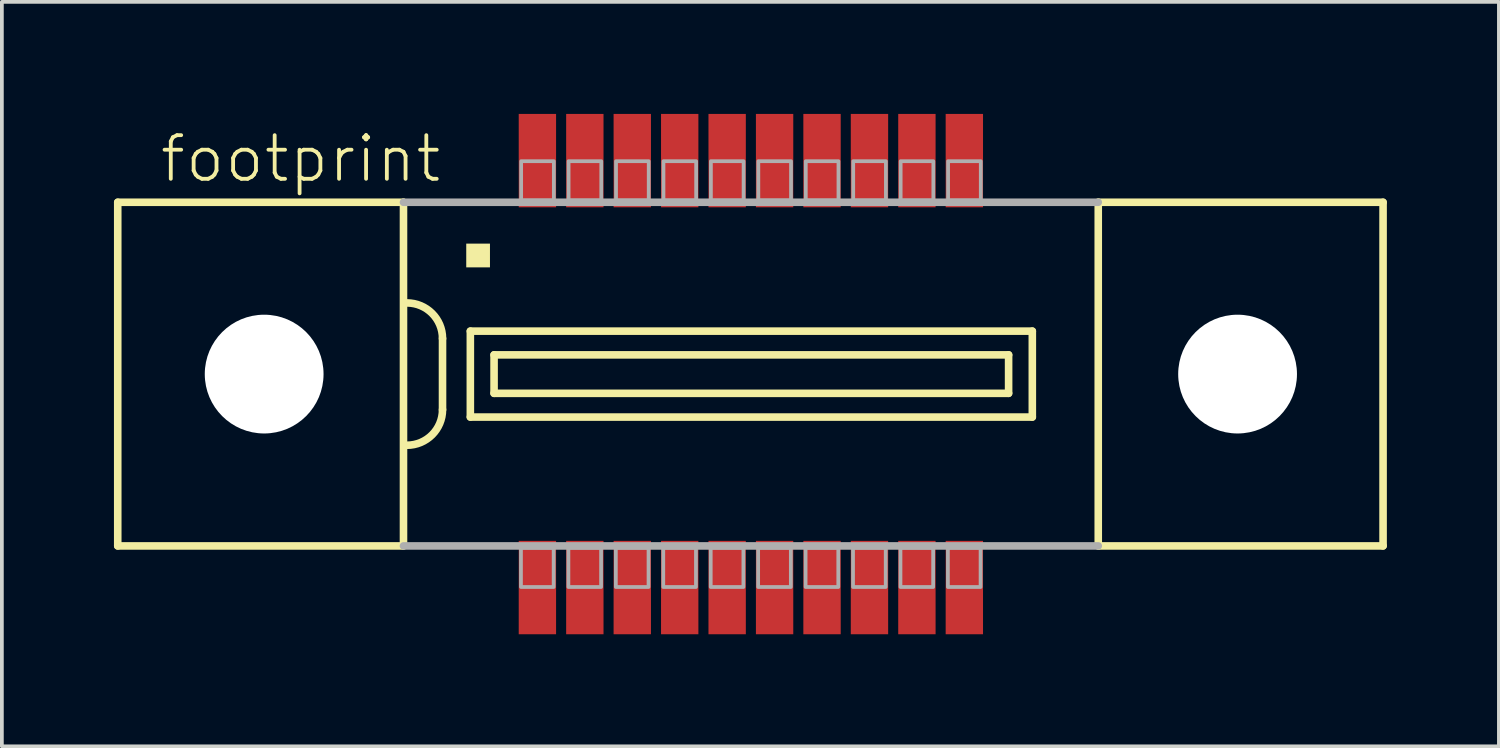
<source format=kicad_pcb>
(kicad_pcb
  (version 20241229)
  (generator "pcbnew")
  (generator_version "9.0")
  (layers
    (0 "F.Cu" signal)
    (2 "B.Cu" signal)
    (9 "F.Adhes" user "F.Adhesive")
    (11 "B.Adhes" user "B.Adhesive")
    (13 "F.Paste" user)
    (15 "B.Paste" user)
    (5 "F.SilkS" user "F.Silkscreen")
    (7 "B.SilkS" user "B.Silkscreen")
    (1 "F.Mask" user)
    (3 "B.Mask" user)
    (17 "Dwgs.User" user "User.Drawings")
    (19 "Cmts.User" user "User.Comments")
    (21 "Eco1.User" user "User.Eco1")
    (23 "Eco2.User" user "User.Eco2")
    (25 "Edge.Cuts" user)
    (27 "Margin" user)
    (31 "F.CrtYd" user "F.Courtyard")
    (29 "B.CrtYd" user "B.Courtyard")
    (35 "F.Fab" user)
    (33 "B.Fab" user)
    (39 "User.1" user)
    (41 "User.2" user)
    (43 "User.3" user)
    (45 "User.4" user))
  (footprint "footprint"
    (layer "F.Cu")
    (at 17.052 6.965)
    (property "Reference" "footprint" (at -15.875 -5.08 0) (layer "F.SilkS") (effects (font (size 1.168 1.168) (thickness 0.102)) (justify left bottom)))
    (fp_line (start -16.95 -4.6) (end -16.95 4.6) (stroke (width 0.203) (type solid)) (layer "F.SilkS"))
    (fp_line (start -16.95 4.6) (end -9.3 4.6) (stroke (width 0.203) (type solid)) (layer "F.SilkS"))
    (fp_line (start -9.3 -4.6) (end -16.95 -4.6) (stroke (width 0.203) (type solid)) (layer "F.SilkS"))
    (fp_line (start -9.3 -4.6) (end -9.3 4.6) (stroke (width 0.203) (type solid)) (layer "F.SilkS"))
    (fp_line (start -8.255 -0.953) (end -8.255 0.953) (stroke (width 0.203) (type solid)) (layer "F.SilkS"))
    (fp_line (start -7.51 -1.15) (end -7.51 1.15) (stroke (width 0.203) (type solid)) (layer "F.SilkS"))
    (fp_line (start -7.51 1.15) (end 7.535 1.15) (stroke (width 0.203) (type solid)) (layer "F.SilkS"))
    (fp_line (start -6.875 -0.515) (end -6.875 0.515) (stroke (width 0.203) (type solid)) (layer "F.SilkS"))
    (fp_line (start -6.875 0.515) (end 6.9 0.515) (stroke (width 0.203) (type solid)) (layer "F.SilkS"))
    (fp_line (start 6.9 -0.515) (end -6.875 -0.515) (stroke (width 0.203) (type solid)) (layer "F.SilkS"))
    (fp_line (start 6.9 0.515) (end 6.9 -0.515) (stroke (width 0.203) (type solid)) (layer "F.SilkS"))
    (fp_line (start 7.535 -1.15) (end -7.51 -1.15) (stroke (width 0.203) (type solid)) (layer "F.SilkS"))
    (fp_line (start 7.535 1.15) (end 7.535 -1.15) (stroke (width 0.203) (type solid)) (layer "F.SilkS"))
    (fp_line (start 9.3 4.6) (end 9.3 -4.6) (stroke (width 0.203) (type solid)) (layer "F.SilkS"))
    (fp_line (start 9.3 4.6) (end 16.925 4.6) (stroke (width 0.203) (type solid)) (layer "F.SilkS"))
    (fp_line (start 16.925 -4.6) (end 9.3 -4.6) (stroke (width 0.203) (type solid)) (layer "F.SilkS"))
    (fp_line (start 16.925 4.6) (end 16.925 -4.6) (stroke (width 0.203) (type solid)) (layer "F.SilkS"))
    (fp_arc (start -9.2075 -1.905) (mid -8.533981 -1.626019) (end -8.255 -0.9525) (stroke (width 0.2032) (type solid)) (layer "F.SilkS"))
    (fp_arc (start -8.255 0.9525) (mid -8.53401 1.625989) (end -9.207499 1.904999) (stroke (width 0.2032) (type solid)) (layer "F.SilkS"))
    (fp_poly (pts (xy -7.62 -2.857) (xy -6.985 -2.857) (xy -6.985 -3.493) (xy -7.62 -3.493)) (stroke (width 0) (type solid)) (fill yes) (layer "F.SilkS"))
    (fp_line (start -9.3 4.6) (end 9.3 4.6) (stroke (width 0.203) (type solid)) (layer "F.Fab"))
    (fp_line (start 9.3 -4.6) (end -9.3 -4.6) (stroke (width 0.203) (type solid)) (layer "F.Fab"))
    (fp_poly (pts (xy -6.15 -4.65) (xy -5.275 -4.65) (xy -5.275 -5.7) (xy -6.15 -5.7)) (stroke (width 0.1) (type solid)) (fill no) (layer "F.Fab"))
    (fp_poly (pts (xy -5.28 4.65) (xy -6.155 4.65) (xy -6.155 5.7) (xy -5.28 5.7)) (stroke (width 0.1) (type solid)) (fill no) (layer "F.Fab"))
    (fp_poly (pts (xy -4.88 -4.65) (xy -4.005 -4.65) (xy -4.005 -5.7) (xy -4.88 -5.7)) (stroke (width 0.1) (type solid)) (fill no) (layer "F.Fab"))
    (fp_poly (pts (xy -4.01 4.65) (xy -4.885 4.65) (xy -4.885 5.7) (xy -4.01 5.7)) (stroke (width 0.1) (type solid)) (fill no) (layer "F.Fab"))
    (fp_poly (pts (xy -3.61 -4.65) (xy -2.735 -4.65) (xy -2.735 -5.7) (xy -3.61 -5.7)) (stroke (width 0.1) (type solid)) (fill no) (layer "F.Fab"))
    (fp_poly (pts (xy -2.74 4.65) (xy -3.615 4.65) (xy -3.615 5.7) (xy -2.74 5.7)) (stroke (width 0.1) (type solid)) (fill no) (layer "F.Fab"))
    (fp_poly (pts (xy -2.34 -4.65) (xy -1.465 -4.65) (xy -1.465 -5.7) (xy -2.34 -5.7)) (stroke (width 0.1) (type solid)) (fill no) (layer "F.Fab"))
    (fp_poly (pts (xy -1.47 4.65) (xy -2.345 4.65) (xy -2.345 5.7) (xy -1.47 5.7)) (stroke (width 0.1) (type solid)) (fill no) (layer "F.Fab"))
    (fp_poly (pts (xy -1.07 -4.65) (xy -0.195 -4.65) (xy -0.195 -5.7) (xy -1.07 -5.7)) (stroke (width 0.1) (type solid)) (fill no) (layer "F.Fab"))
    (fp_poly (pts (xy -0.2 4.65) (xy -1.075 4.65) (xy -1.075 5.7) (xy -0.2 5.7)) (stroke (width 0.1) (type solid)) (fill no) (layer "F.Fab"))
    (fp_poly (pts (xy 0.2 -4.65) (xy 1.075 -4.65) (xy 1.075 -5.7) (xy 0.2 -5.7)) (stroke (width 0.1) (type solid)) (fill no) (layer "F.Fab"))
    (fp_poly (pts (xy 1.07 4.65) (xy 0.195 4.65) (xy 0.195 5.7) (xy 1.07 5.7)) (stroke (width 0.1) (type solid)) (fill no) (layer "F.Fab"))
    (fp_poly (pts (xy 1.47 -4.65) (xy 2.345 -4.65) (xy 2.345 -5.7) (xy 1.47 -5.7)) (stroke (width 0.1) (type solid)) (fill no) (layer "F.Fab"))
    (fp_poly (pts (xy 2.34 4.65) (xy 1.465 4.65) (xy 1.465 5.7) (xy 2.34 5.7)) (stroke (width 0.1) (type solid)) (fill no) (layer "F.Fab"))
    (fp_poly (pts (xy 2.74 -4.65) (xy 3.615 -4.65) (xy 3.615 -5.7) (xy 2.74 -5.7)) (stroke (width 0.1) (type solid)) (fill no) (layer "F.Fab"))
    (fp_poly (pts (xy 3.61 4.65) (xy 2.735 4.65) (xy 2.735 5.7) (xy 3.61 5.7)) (stroke (width 0.1) (type solid)) (fill no) (layer "F.Fab"))
    (fp_poly (pts (xy 4.01 -4.65) (xy 4.885 -4.65) (xy 4.885 -5.7) (xy 4.01 -5.7)) (stroke (width 0.1) (type solid)) (fill no) (layer "F.Fab"))
    (fp_poly (pts (xy 4.88 4.65) (xy 4.005 4.65) (xy 4.005 5.7) (xy 4.88 5.7)) (stroke (width 0.1) (type solid)) (fill no) (layer "F.Fab"))
    (fp_poly (pts (xy 5.28 -4.65) (xy 6.155 -4.65) (xy 6.155 -5.7) (xy 5.28 -5.7)) (stroke (width 0.1) (type solid)) (fill no) (layer "F.Fab"))
    (fp_poly (pts (xy 6.15 4.65) (xy 5.275 4.65) (xy 5.275 5.7) (xy 6.15 5.7)) (stroke (width 0.1) (type solid)) (fill no) (layer "F.Fab"))
    (pad "" np_thru_hole circle (at -13.03 0) (size 3.18 3.18) (drill 3.18) (layers "*.Cu" "*.Mask"))
    (pad "" np_thru_hole circle (at 13.03 0) (size 3.18 3.18) (drill 3.18) (layers "*.Cu" "*.Mask"))
    (pad "1" smd rect (at -5.715 -5.715) (size 1 2.5) (layers "F.Cu" "F.Mask" "F.Paste"))
    (pad "2" smd rect (at -4.445 -5.715) (size 1 2.5) (layers "F.Cu" "F.Mask" "F.Paste"))
    (pad "3" smd rect (at -3.175 -5.715) (size 1 2.5) (layers "F.Cu" "F.Mask" "F.Paste"))
    (pad "4" smd rect (at -1.905 -5.715) (size 1 2.5) (layers "F.Cu" "F.Mask" "F.Paste"))
    (pad "5" smd rect (at -0.635 -5.715) (size 1 2.5) (layers "F.Cu" "F.Mask" "F.Paste"))
    (pad "6" smd rect (at 0.635 -5.715) (size 1 2.5) (layers "F.Cu" "F.Mask" "F.Paste"))
    (pad "7" smd rect (at 1.905 -5.715) (size 1 2.5) (layers "F.Cu" "F.Mask" "F.Paste"))
    (pad "8" smd rect (at 3.175 -5.715) (size 1 2.5) (layers "F.Cu" "F.Mask" "F.Paste"))
    (pad "9" smd rect (at 4.445 -5.715) (size 1 2.5) (layers "F.Cu" "F.Mask" "F.Paste"))
    (pad "10" smd rect (at 5.715 -5.715) (size 1 2.5) (layers "F.Cu" "F.Mask" "F.Paste"))
    (pad "11" smd rect (at -5.715 5.715) (size 1 2.5) (layers "F.Cu" "F.Mask" "F.Paste"))
    (pad "12" smd rect (at -4.445 5.715) (size 1 2.5) (layers "F.Cu" "F.Mask" "F.Paste"))
    (pad "13" smd rect (at -3.175 5.715) (size 1 2.5) (layers "F.Cu" "F.Mask" "F.Paste"))
    (pad "14" smd rect (at -1.905 5.715) (size 1 2.5) (layers "F.Cu" "F.Mask" "F.Paste"))
    (pad "15" smd rect (at -0.635 5.715) (size 1 2.5) (layers "F.Cu" "F.Mask" "F.Paste"))
    (pad "16" smd rect (at 0.635 5.715) (size 1 2.5) (layers "F.Cu" "F.Mask" "F.Paste"))
    (pad "17" smd rect (at 1.905 5.715) (size 1 2.5) (layers "F.Cu" "F.Mask" "F.Paste"))
    (pad "18" smd rect (at 3.175 5.715) (size 1 2.5) (layers "F.Cu" "F.Mask" "F.Paste"))
    (pad "19" smd rect (at 4.445 5.715) (size 1 2.5) (layers "F.Cu" "F.Mask" "F.Paste"))
    (pad "20" smd rect (at 5.715 5.715) (size 1 2.5) (layers "F.Cu" "F.Mask" "F.Paste")))
  (gr_rect
    (start -3 -3)
    (end 37.078 16.93)
    (stroke (width 0.1) (type default))
    (fill no)
    (layer "Edge.Cuts")))
</source>
